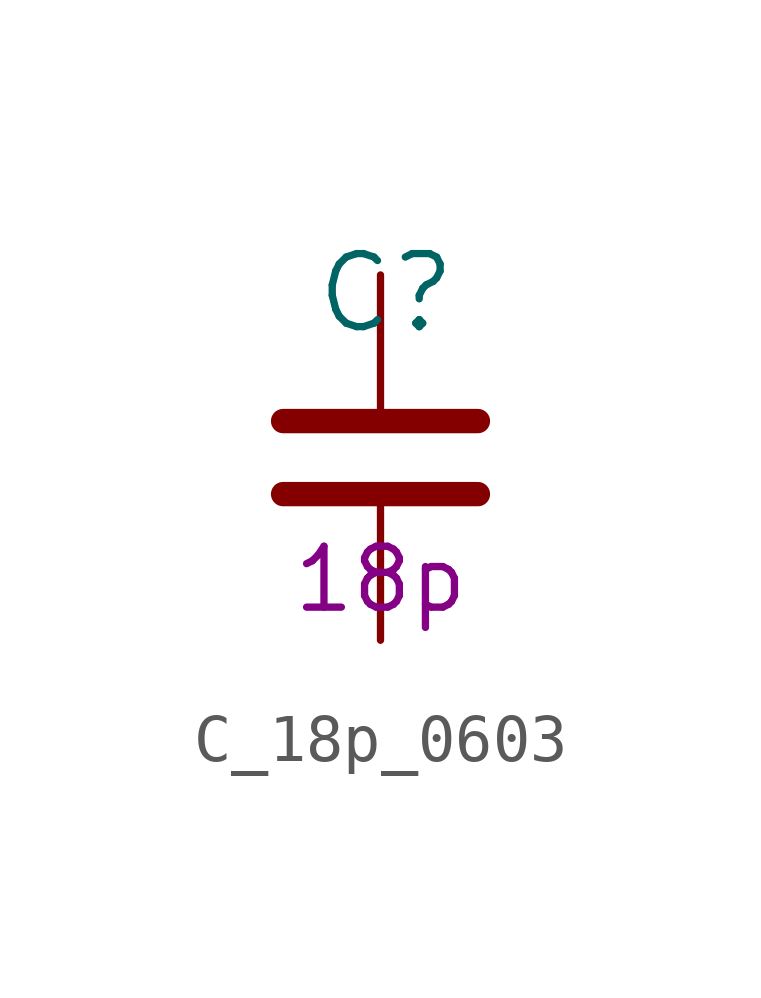
<source format=kicad_sym>
(kicad_symbol_lib
  (version 20211014)
  (generator kicad_symbol_editor)
  (symbol "C_18p_0603"
    (pin_names
      (offset 0))
    (property "Reference" "C"
      (at -1.397 3.429 0)
      (effects (font (size 1.524 1.524)) (justify left)))
    (property "Val" "18p"
      (at 0 -2.54 0)
      (effects (font (size 1.27 1.27))))
    (symbol "C_18p_0603_1_1"
      (polyline (pts (xy -2.032 -0.762) (xy 2.032 -0.762)) (stroke (width 0.508) (type default) (color 0 0 0 0)) (fill (type none)))
      (polyline (pts (xy -2.032 0.762) (xy 2.032 0.762)) (stroke (width 0.508) (type default) (color 0 0 0 0)) (fill (type none)))
      (pin passive line (at 0 3.81 270) (length 2.794) (name "~" (effects (font (size 0 0)))) (number "1" (effects (font (size 0 0)))))
      (pin passive line (at 0 -3.81 90) (length 2.794) (name "~" (effects (font (size 0 0)))) (number "2" (effects (font (size 0 0))))))))
</source>
